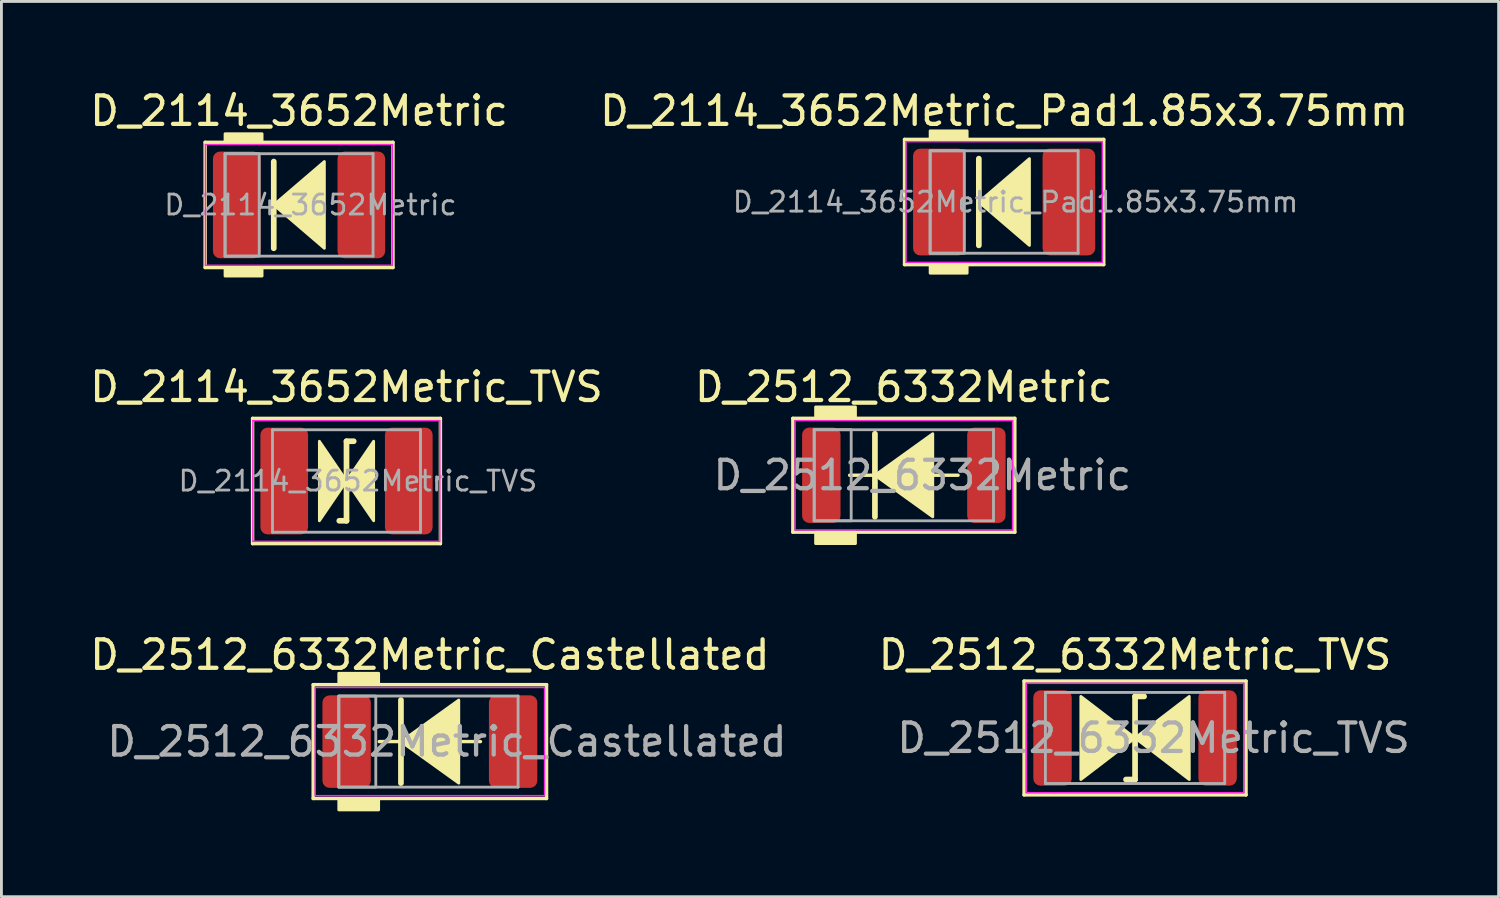
<source format=kicad_pcb>
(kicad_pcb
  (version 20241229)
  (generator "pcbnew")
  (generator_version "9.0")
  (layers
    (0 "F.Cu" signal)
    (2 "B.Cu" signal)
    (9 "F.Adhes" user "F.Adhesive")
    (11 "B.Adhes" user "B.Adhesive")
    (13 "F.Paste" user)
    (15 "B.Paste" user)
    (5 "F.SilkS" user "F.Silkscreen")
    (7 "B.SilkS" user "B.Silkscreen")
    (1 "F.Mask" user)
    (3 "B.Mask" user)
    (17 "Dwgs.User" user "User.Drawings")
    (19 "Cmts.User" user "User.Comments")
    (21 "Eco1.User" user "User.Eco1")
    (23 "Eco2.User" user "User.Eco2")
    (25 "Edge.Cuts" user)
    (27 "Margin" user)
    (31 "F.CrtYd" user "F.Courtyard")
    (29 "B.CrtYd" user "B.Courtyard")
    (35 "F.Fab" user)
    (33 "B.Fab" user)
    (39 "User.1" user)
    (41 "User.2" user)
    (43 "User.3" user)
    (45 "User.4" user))
  (footprint "D_2512_6332Metric_Castellated"
    (layer "F.Cu")
    (at 12.054 23.007)
    (property "Reference" "D_2512_6332Metric_Castellated" (at 0 -3.048 0) (layer "F.SilkS") (effects (font (size 1 1) (thickness 0.15))))
    (attr smd)
    (fp_line (start -4.1 -2) (end -4.1 2) (stroke (width 0.12) (type solid)) (layer "F.SilkS"))
    (fp_line (start -4.1 2) (end 4.1 2) (stroke (width 0.12) (type solid)) (layer "F.SilkS"))
    (fp_line (start -1.778 0) (end -1.016 0) (stroke (width 0.12) (type solid)) (layer "F.SilkS"))
    (fp_line (start -1.016 -1.46) (end -1.016 1.46) (stroke (width 0.2) (type solid)) (layer "F.SilkS"))
    (fp_line (start 1.016 0) (end 1.778 0) (stroke (width 0.12) (type solid)) (layer "F.SilkS"))
    (fp_line (start 4.1 -2) (end -4.1 -2) (stroke (width 0.12) (type solid)) (layer "F.SilkS"))
    (fp_line (start 4.1 2) (end 4.1 -2) (stroke (width 0.12) (type solid)) (layer "F.SilkS"))
    (fp_poly (pts (xy 1.016 1.46) (xy -1.016 0) (xy 1.016 -1.46)) (stroke (width 0.1) (type solid)) (fill yes) (layer "F.SilkS"))
    (fp_poly (pts (xy -1.8 -2) (xy -3.2 -2) (xy -3.2 -2.4) (xy -1.8 -2.4)) (stroke (width 0.1) (type solid)) (fill yes) (layer "F.SilkS"))
    (fp_poly (pts (xy -1.8 2.4) (xy -3.2 2.4) (xy -3.2 2) (xy -1.8 2)) (stroke (width 0.1) (type solid)) (fill yes) (layer "F.SilkS"))
    (fp_rect (start -4.03 -1.9) (end 4.03 1.9) (stroke (width 0.05) (type solid)) (fill no) (layer "F.CrtYd"))
    (fp_line (start -3.2 -1.6) (end -3.2 1.6) (stroke (width 0.1) (type solid)) (layer "F.Fab"))
    (fp_line (start -3.2 1.6) (end 3.1 1.6) (stroke (width 0.1) (type solid)) (layer "F.Fab"))
    (fp_line (start 3.1 -1.6) (end -3.2 -1.6) (stroke (width 0.1) (type solid)) (layer "F.Fab"))
    (fp_line (start 3.1 1.6) (end 3.1 -1.6) (stroke (width 0.1) (type solid)) (layer "F.Fab"))
    (fp_rect (start -3.2 -1.6) (end -1.9 1.6) (stroke (width 0.1) (type solid)) (fill no) (layer "F.Fab"))
    (fp_text user "${REFERENCE}" (at 0.6 0 0) (layer "F.Fab") (effects (font (size 1 1) (thickness 0.15))))
    (pad "1" smd roundrect (at -2.925 0) (size 1.7 3.25) (layers "F.Cu" "F.Mask" "F.Paste") (roundrect_rratio 0.147))
    (pad "2" smd roundrect (at 2.925 0) (size 1.7 3.25) (layers "F.Cu" "F.Mask" "F.Paste") (roundrect_rratio 0.147)))
  (footprint "D_2512_6332Metric_TVS"
    (layer "F.Cu")
    (at 36.832 22.88)
    (property "Reference" "D_2512_6332Metric_TVS" (at 0 -2.921 0) (layer "F.SilkS") (effects (font (size 1 1) (thickness 0.15))))
    (attr smd)
    (fp_line (start -3.9 -2) (end -3.9 2) (stroke (width 0.12) (type solid)) (layer "F.SilkS"))
    (fp_line (start -3.9 2) (end 3.9 2) (stroke (width 0.12) (type solid)) (layer "F.SilkS"))
    (fp_line (start -0.318 1.46) (end 0 1.46) (stroke (width 0.2) (type solid)) (layer "F.SilkS"))
    (fp_line (start 0 -1.46) (end 0 1.46) (stroke (width 0.2) (type solid)) (layer "F.SilkS"))
    (fp_line (start 0 -1.46) (end 0.318 -1.46) (stroke (width 0.2) (type solid)) (layer "F.SilkS"))
    (fp_line (start 3.9 -2) (end -3.9 -2) (stroke (width 0.12) (type solid)) (layer "F.SilkS"))
    (fp_line (start 3.9 2) (end 3.9 -2) (stroke (width 0.12) (type solid)) (layer "F.SilkS"))
    (fp_poly (pts (xy -1.905 -1.46) (xy 0 0) (xy -1.905 1.46)) (stroke (width 0.1) (type solid)) (fill yes) (layer "F.SilkS"))
    (fp_poly (pts (xy 1.905 1.46) (xy 0 0) (xy 1.905 -1.46)) (stroke (width 0.1) (type solid)) (fill yes) (layer "F.SilkS"))
    (fp_line (start -3.82 -1.92) (end 3.82 -1.92) (stroke (width 0.05) (type solid)) (layer "F.CrtYd"))
    (fp_line (start -3.82 1.92) (end -3.82 -1.92) (stroke (width 0.05) (type solid)) (layer "F.CrtYd"))
    (fp_line (start 3.82 -1.92) (end 3.82 1.92) (stroke (width 0.05) (type solid)) (layer "F.CrtYd"))
    (fp_line (start 3.82 1.92) (end -3.82 1.92) (stroke (width 0.05) (type solid)) (layer "F.CrtYd"))
    (fp_line (start -3.15 -1.6) (end -3.15 1.6) (stroke (width 0.1) (type solid)) (layer "F.Fab"))
    (fp_line (start -3.15 1.6) (end 3.15 1.6) (stroke (width 0.1) (type solid)) (layer "F.Fab"))
    (fp_line (start 3.15 -1.6) (end -3.15 -1.6) (stroke (width 0.1) (type solid)) (layer "F.Fab"))
    (fp_line (start 3.15 1.6) (end 3.15 -1.6) (stroke (width 0.1) (type solid)) (layer "F.Fab"))
    (fp_text user "${REFERENCE}" (at 0.65 0 0) (layer "F.Fab") (effects (font (size 1 1) (thickness 0.15))))
    (pad "1" smd roundrect (at -2.9 0) (size 1.35 3.35) (layers "F.Cu" "F.Mask" "F.Paste") (roundrect_rratio 0.185))
    (pad "2" smd roundrect (at 2.9 0) (size 1.35 3.35) (layers "F.Cu" "F.Mask" "F.Paste") (roundrect_rratio 0.185)))
  (footprint "D_2114_3652Metric_TVS"
    (layer "F.Cu")
    (at 9.125 13.851)
    (property "Reference" "D_2114_3652Metric_TVS" (at 0 -3.302 0) (layer "F.SilkS") (effects (font (size 1 1) (thickness 0.15))))
    (attr smd)
    (fp_line (start -3.3 -2.2) (end -3.3 2.2) (stroke (width 0.12) (type solid)) (layer "F.SilkS"))
    (fp_line (start -3.3 2.2) (end 3.3 2.2) (stroke (width 0.12) (type solid)) (layer "F.SilkS"))
    (fp_line (start -0.254 1.397) (end 0 1.397) (stroke (width 0.2) (type solid)) (layer "F.SilkS"))
    (fp_line (start 0 -1.397) (end 0 1.397) (stroke (width 0.2) (type solid)) (layer "F.SilkS"))
    (fp_line (start 0 -1.397) (end 0.254 -1.397) (stroke (width 0.2) (type solid)) (layer "F.SilkS"))
    (fp_line (start 3.3 -2.2) (end -3.3 -2.2) (stroke (width 0.12) (type solid)) (layer "F.SilkS"))
    (fp_line (start 3.3 2.2) (end 3.3 -2.2) (stroke (width 0.12) (type solid)) (layer "F.SilkS"))
    (fp_poly (pts (xy 0 0) (xy -0.953 1.397) (xy -0.953 -1.397)) (stroke (width 0.1) (type solid)) (fill yes) (layer "F.SilkS"))
    (fp_poly (pts (xy 0 0) (xy 0.953 -1.397) (xy 0.953 1.397)) (stroke (width 0.1) (type solid)) (fill yes) (layer "F.SilkS"))
    (fp_line (start -3.29 -2.12) (end 3.27 -2.12) (stroke (width 0.05) (type solid)) (layer "F.CrtYd"))
    (fp_line (start -3.29 2.12) (end -3.29 -2.12) (stroke (width 0.05) (type solid)) (layer "F.CrtYd"))
    (fp_line (start 3.27 2.12) (end -3.29 2.12) (stroke (width 0.05) (type solid)) (layer "F.CrtYd"))
    (fp_line (start 3.28 -2.12) (end 3.28 2.12) (stroke (width 0.05) (type solid)) (layer "F.CrtYd"))
    (fp_line (start -2.6 -1.8) (end -2.6 1.8) (stroke (width 0.1) (type solid)) (layer "F.Fab"))
    (fp_line (start -2.6 1.8) (end 2.6 1.8) (stroke (width 0.1) (type solid)) (layer "F.Fab"))
    (fp_line (start 2.6 -1.8) (end -2.6 -1.8) (stroke (width 0.1) (type solid)) (layer "F.Fab"))
    (fp_line (start 2.6 1.8) (end 2.6 -1.8) (stroke (width 0.1) (type solid)) (layer "F.Fab"))
    (fp_text user "${REFERENCE}" (at 0.4 0 0) (layer "F.Fab") (effects (font (size 0.7 0.7) (thickness 0.1))))
    (pad "1" smd roundrect (at -2.188 0) (size 1.675 3.75) (layers "F.Cu" "F.Mask" "F.Paste") (roundrect_rratio 0.149))
    (pad "2" smd roundrect (at 2.188 0) (size 1.675 3.75) (layers "F.Cu" "F.Mask" "F.Paste") (roundrect_rratio 0.149)))
  (footprint "D_2114_3652Metric"
    (layer "F.Cu")
    (at 7.458 4.15)
    (property "Reference" "D_2114_3652Metric" (at 0 -3.302 0) (layer "F.SilkS") (effects (font (size 1 1) (thickness 0.15))))
    (attr smd)
    (fp_line (start -3.3 -2.2) (end -3.3 2.2) (stroke (width 0.12) (type solid)) (layer "F.SilkS"))
    (fp_line (start -3.3 2.2) (end 3.3 2.2) (stroke (width 0.12) (type solid)) (layer "F.SilkS"))
    (fp_line (start -0.889 -1.524) (end -0.889 1.524) (stroke (width 0.2) (type solid)) (layer "F.SilkS"))
    (fp_line (start 3.3 -2.2) (end -3.3 -2.2) (stroke (width 0.12) (type solid)) (layer "F.SilkS"))
    (fp_line (start 3.3 2.2) (end 3.3 -2.2) (stroke (width 0.12) (type solid)) (layer "F.SilkS"))
    (fp_poly (pts (xy 0.889 1.524) (xy -0.889 0) (xy 0.889 -1.524)) (stroke (width 0.1) (type solid)) (fill yes) (layer "F.SilkS"))
    (fp_poly (pts (xy -1.3 -2.2) (xy -2.6 -2.2) (xy -2.6 -2.5) (xy -1.3 -2.5)) (stroke (width 0.1) (type solid)) (fill yes) (layer "F.SilkS"))
    (fp_poly (pts (xy -1.3 2.5) (xy -2.6 2.5) (xy -2.6 2.2) (xy -1.3 2.2)) (stroke (width 0.1) (type solid)) (fill yes) (layer "F.SilkS"))
    (fp_line (start -3.29 -2.12) (end 3.27 -2.12) (stroke (width 0.05) (type solid)) (layer "F.CrtYd"))
    (fp_line (start -3.29 2.12) (end -3.29 -2.12) (stroke (width 0.05) (type solid)) (layer "F.CrtYd"))
    (fp_line (start 3.27 2.12) (end -3.29 2.12) (stroke (width 0.05) (type solid)) (layer "F.CrtYd"))
    (fp_line (start 3.28 -2.12) (end 3.28 2.12) (stroke (width 0.05) (type solid)) (layer "F.CrtYd"))
    (fp_line (start -2.6 -1.8) (end -2.6 1.8) (stroke (width 0.1) (type solid)) (layer "F.Fab"))
    (fp_line (start -2.6 1.8) (end 2.6 1.8) (stroke (width 0.1) (type solid)) (layer "F.Fab"))
    (fp_line (start 2.6 -1.8) (end -2.6 -1.8) (stroke (width 0.1) (type solid)) (layer "F.Fab"))
    (fp_line (start 2.6 1.8) (end 2.6 -1.8) (stroke (width 0.1) (type solid)) (layer "F.Fab"))
    (fp_rect (start -2.6 -1.8) (end -1.4 1.8) (stroke (width 0.1) (type solid)) (fill no) (layer "F.Fab"))
    (fp_text user "${REFERENCE}" (at 0.4 0 0) (layer "F.Fab") (effects (font (size 0.7 0.7) (thickness 0.1))))
    (pad "1" smd roundrect (at -2.188 0) (size 1.675 3.75) (layers "F.Cu" "F.Mask" "F.Paste") (roundrect_rratio 0.149))
    (pad "2" smd roundrect (at 2.188 0) (size 1.675 3.75) (layers "F.Cu" "F.Mask" "F.Paste") (roundrect_rratio 0.149)))
  (footprint "D_2512_6332Metric"
    (layer "F.Cu")
    (at 28.708 13.649)
    (property "Reference" "D_2512_6332Metric" (at 0 -3.1 0) (layer "F.SilkS") (effects (font (size 1 1) (thickness 0.15))))
    (attr smd)
    (fp_line (start -3.9 -2) (end -3.9 2) (stroke (width 0.12) (type solid)) (layer "F.SilkS"))
    (fp_line (start -3.9 2) (end 3.9 2) (stroke (width 0.12) (type solid)) (layer "F.SilkS"))
    (fp_line (start -1.905 0) (end -1.016 0) (stroke (width 0.12) (type solid)) (layer "F.SilkS"))
    (fp_line (start -1.016 -1.46) (end -1.016 1.46) (stroke (width 0.2) (type solid)) (layer "F.SilkS"))
    (fp_line (start 1.016 0) (end 1.905 0) (stroke (width 0.12) (type solid)) (layer "F.SilkS"))
    (fp_line (start 3.9 -2) (end -3.9 -2) (stroke (width 0.12) (type solid)) (layer "F.SilkS"))
    (fp_line (start 3.9 2) (end 3.9 -2) (stroke (width 0.12) (type solid)) (layer "F.SilkS"))
    (fp_poly (pts (xy 1.016 1.46) (xy -1.016 0) (xy 1.016 -1.46)) (stroke (width 0.1) (type solid)) (fill yes) (layer "F.SilkS"))
    (fp_poly (pts (xy -1.7 -2) (xy -3.1 -2) (xy -3.1 -2.4) (xy -1.7 -2.4)) (stroke (width 0.1) (type solid)) (fill yes) (layer "F.SilkS"))
    (fp_poly (pts (xy -1.7 2.4) (xy -3.1 2.4) (xy -3.1 2) (xy -1.7 2)) (stroke (width 0.1) (type solid)) (fill yes) (layer "F.SilkS"))
    (fp_line (start -3.82 -1.92) (end 3.82 -1.92) (stroke (width 0.05) (type solid)) (layer "F.CrtYd"))
    (fp_line (start -3.82 1.92) (end -3.82 -1.92) (stroke (width 0.05) (type solid)) (layer "F.CrtYd"))
    (fp_line (start 3.82 -1.92) (end 3.82 1.92) (stroke (width 0.05) (type solid)) (layer "F.CrtYd"))
    (fp_line (start 3.82 1.92) (end -3.82 1.92) (stroke (width 0.05) (type solid)) (layer "F.CrtYd"))
    (fp_line (start -3.15 -1.6) (end -3.15 1.6) (stroke (width 0.1) (type solid)) (layer "F.Fab"))
    (fp_line (start -3.15 1.6) (end 3.15 1.6) (stroke (width 0.1) (type solid)) (layer "F.Fab"))
    (fp_line (start 3.15 -1.6) (end -3.15 -1.6) (stroke (width 0.1) (type solid)) (layer "F.Fab"))
    (fp_line (start 3.15 1.6) (end 3.15 -1.6) (stroke (width 0.1) (type solid)) (layer "F.Fab"))
    (fp_rect (start -3.15 -1.6) (end -1.85 1.6) (stroke (width 0.1) (type solid)) (fill no) (layer "F.Fab"))
    (fp_text user "${REFERENCE}" (at 0.65 0 0) (layer "F.Fab") (effects (font (size 1 1) (thickness 0.15))))
    (pad "1" smd roundrect (at -2.9 0) (size 1.35 3.35) (layers "F.Cu" "F.Mask" "F.Paste") (roundrect_rratio 0.185))
    (pad "2" smd roundrect (at 2.9 0) (size 1.35 3.35) (layers "F.Cu" "F.Mask" "F.Paste") (roundrect_rratio 0.185)))
  (footprint "D_2114_3652Metric_Pad1.85x3.75mm"
    (layer "F.Cu")
    (at 32.232 4.048)
    (property "Reference" "D_2114_3652Metric_Pad1.85x3.75mm" (at 0 -3.2 0) (layer "F.SilkS") (effects (font (size 1 1) (thickness 0.15))))
    (attr smd)
    (fp_line (start -3.5 -2.2) (end -3.5 2.2) (stroke (width 0.12) (type solid)) (layer "F.SilkS"))
    (fp_line (start -3.5 2.2) (end 3.5 2.2) (stroke (width 0.12) (type solid)) (layer "F.SilkS"))
    (fp_line (start -0.889 -1.524) (end -0.889 1.524) (stroke (width 0.2) (type solid)) (layer "F.SilkS"))
    (fp_line (start 3.5 -2.2) (end -3.5 -2.2) (stroke (width 0.12) (type solid)) (layer "F.SilkS"))
    (fp_line (start 3.5 2.2) (end 3.5 -2.2) (stroke (width 0.12) (type solid)) (layer "F.SilkS"))
    (fp_poly (pts (xy 0.889 1.524) (xy -0.889 0) (xy 0.889 -1.524)) (stroke (width 0.1) (type solid)) (fill yes) (layer "F.SilkS"))
    (fp_poly (pts (xy -1.3 -2.2) (xy -2.6 -2.2) (xy -2.6 -2.5) (xy -1.3 -2.5)) (stroke (width 0.1) (type solid)) (fill yes) (layer "F.SilkS"))
    (fp_poly (pts (xy -1.3 2.5) (xy -2.6 2.5) (xy -2.6 2.2) (xy -1.3 2.2)) (stroke (width 0.1) (type solid)) (fill yes) (layer "F.SilkS"))
    (fp_line (start -3.45 -2.12) (end 3.45 -2.12) (stroke (width 0.05) (type solid)) (layer "F.CrtYd"))
    (fp_line (start -3.45 2.12) (end -3.45 -2.12) (stroke (width 0.05) (type solid)) (layer "F.CrtYd"))
    (fp_line (start 3.45 -2.12) (end 3.45 2.12) (stroke (width 0.05) (type solid)) (layer "F.CrtYd"))
    (fp_line (start 3.45 2.12) (end -3.45 2.12) (stroke (width 0.05) (type solid)) (layer "F.CrtYd"))
    (fp_line (start -2.6 -1.8) (end -2.6 1.8) (stroke (width 0.1) (type solid)) (layer "F.Fab"))
    (fp_line (start -2.6 1.8) (end 2.6 1.8) (stroke (width 0.1) (type solid)) (layer "F.Fab"))
    (fp_line (start 2.6 -1.8) (end -2.6 -1.8) (stroke (width 0.1) (type solid)) (layer "F.Fab"))
    (fp_line (start 2.6 1.8) (end 2.6 -1.8) (stroke (width 0.1) (type solid)) (layer "F.Fab"))
    (fp_rect (start -2.6 -1.8) (end -1.4 1.8) (stroke (width 0.1) (type solid)) (fill no) (layer "F.Fab"))
    (fp_text user "${REFERENCE}" (at 0.4 0 0) (layer "F.Fab") (effects (font (size 0.7 0.7) (thickness 0.1))))
    (pad "1" smd roundrect (at -2.275 0) (size 1.85 3.75) (layers "F.Cu" "F.Mask" "F.Paste") (roundrect_rratio 0.135))
    (pad "2" smd roundrect (at 2.275 0) (size 1.85 3.75) (layers "F.Cu" "F.Mask" "F.Paste") (roundrect_rratio 0.135)))
  (gr_rect
    (start -3 -3)
    (end 49.607 28.457)
    (stroke (width 0.1) (type default))
    (fill no)
    (layer "Edge.Cuts")))
</source>
